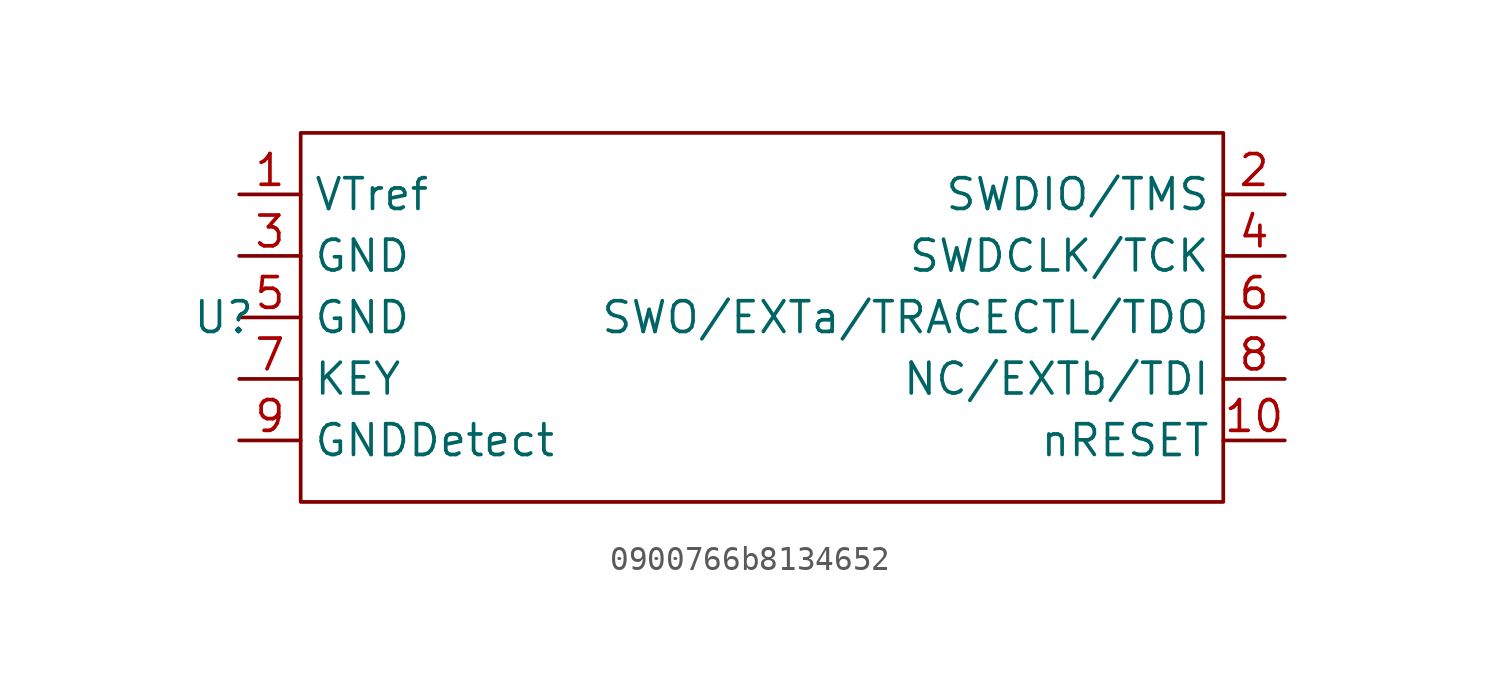
<source format=kicad_sym>
(kicad_symbol_lib
  (version 20220914)
  (generator kicad_symbol_editor)
  (symbol "0900766b8134652"
    (property "Reference" "U"
      (at -22.225 0 0)
      (effects (font (size 1.27 1.27))))
    (property "Value" ""
      (at -22.225 0 0)
      (effects (font (size 1.27 1.27))))
    (symbol "0900766b8134652_1_1"
      (rectangle (start -19.05 7.62) (end 19.05 -7.62) (stroke (width 0) (type default)) (fill (type none)))
      (pin input line (at -21.59 5.08 0) (length 2.54) (name "VTref" (effects (font (size 1.27 1.27)))) (number "1" (effects (font (size 1.27 1.27)))))
      (pin output line (at 21.59 -5.08 180) (length 2.54) (name "nRESET" (effects (font (size 1.27 1.27)))) (number "10" (effects (font (size 1.27 1.27)))))
      (pin output line (at 21.59 5.08 180) (length 2.54) (name "SWDIO/TMS" (effects (font (size 1.27 1.27)))) (number "2" (effects (font (size 1.27 1.27)))))
      (pin output line (at -21.59 2.54 0) (length 2.54) (name "GND" (effects (font (size 1.27 1.27)))) (number "3" (effects (font (size 1.27 1.27)))))
      (pin output line (at 21.59 2.54 180) (length 2.54) (name "SWDCLK/TCK" (effects (font (size 1.27 1.27)))) (number "4" (effects (font (size 1.27 1.27)))))
      (pin output line (at -21.59 0 0) (length 2.54) (name "GND" (effects (font (size 1.27 1.27)))) (number "5" (effects (font (size 1.27 1.27)))))
      (pin output line (at 21.59 0 180) (length 2.54) (name "SWO/EXTa/TRACECTL/TDO" (effects (font (size 1.27 1.27)))) (number "6" (effects (font (size 1.27 1.27)))))
      (pin output line (at -21.59 -2.54 0) (length 2.54) (name "KEY" (effects (font (size 1.27 1.27)))) (number "7" (effects (font (size 1.27 1.27)))))
      (pin output line (at 21.59 -2.54 180) (length 2.54) (name "NC/EXTb/TDI" (effects (font (size 1.27 1.27)))) (number "8" (effects (font (size 1.27 1.27)))))
      (pin output line (at -21.59 -5.08 0) (length 2.54) (name "GNDDetect" (effects (font (size 1.27 1.27)))) (number "9" (effects (font (size 1.27 1.27))))))))
</source>
